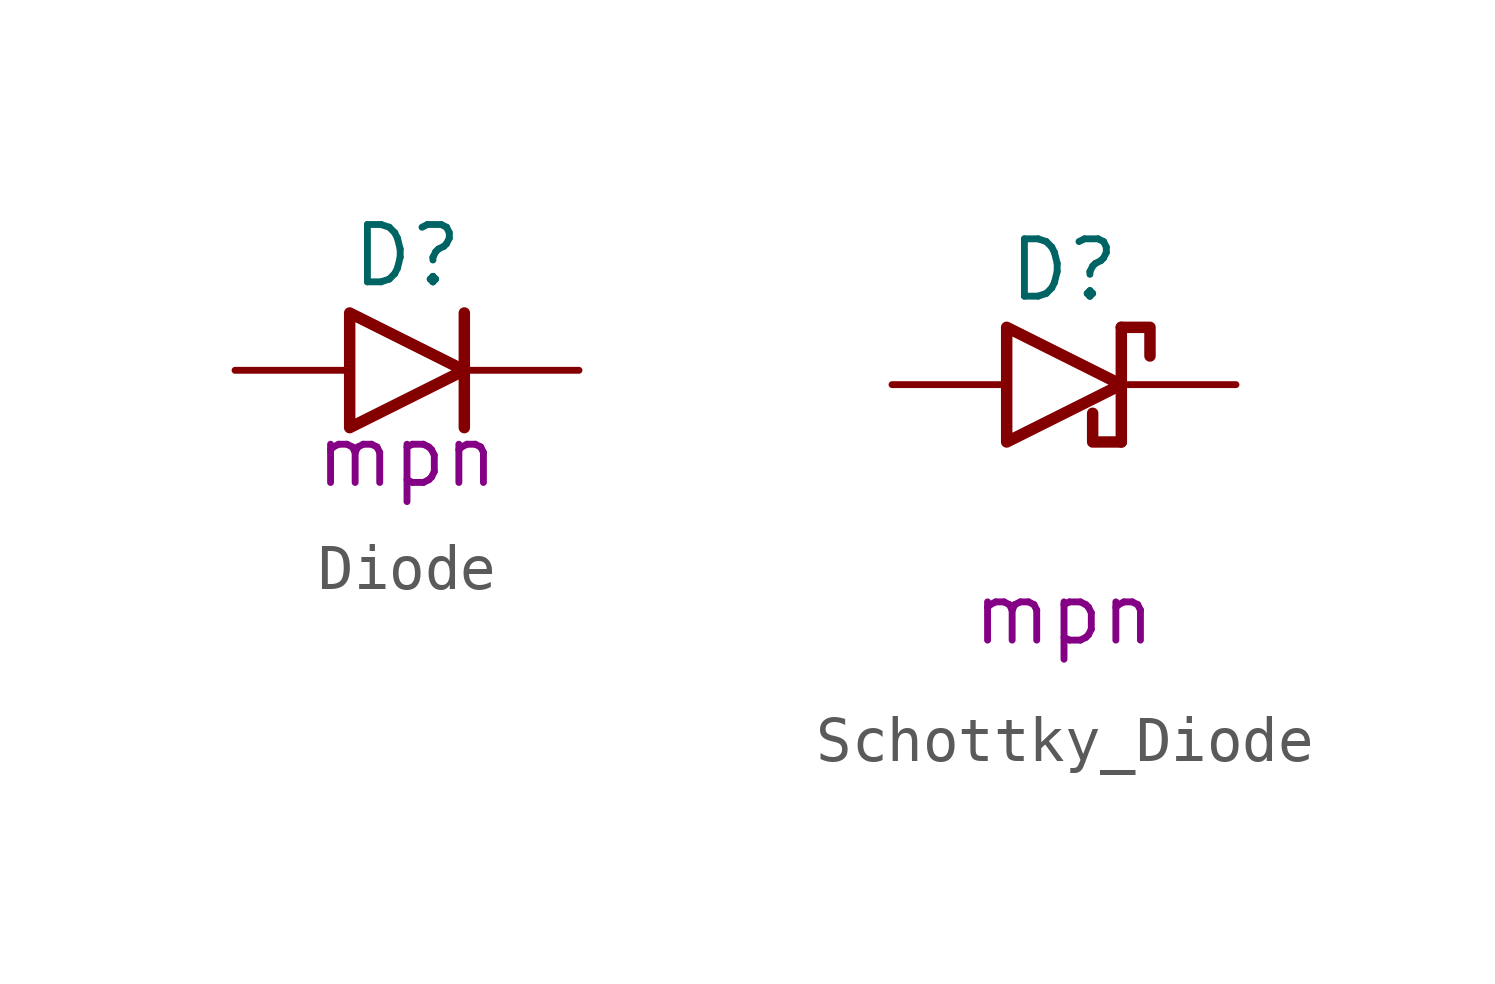
<source format=kicad_sym>
(kicad_symbol_lib
  (version 20211014)
  (generator kicad_symbol_editor)
  (symbol "Diode"
    (pin_numbers hide)
    (pin_names
      (offset 1.016) hide)
    (property "Reference" "D"
      (at 0 2.54 0)
      (effects (font (size 1.27 1.27))))
    (property "MPN" "mpn"
      (at 0 -1.905 0)
      (effects (font (size 1.27 1.27))))
    (symbol "Diode_1_1"
      (polyline (pts (xy 1.27 -1.27) (xy 1.27 1.27)) (stroke (width 0.254) (type default) (color 0 0 0 0)) (fill (type none)))
      (polyline (pts (xy -1.27 1.27) (xy 1.27 0) (xy -1.27 -1.27) (xy -1.27 1.27)) (stroke (width 0.254) (type default) (color 0 0 0 0)) (fill (type none)))
      (pin passive line (at -3.81 0 0) (length 2.54) (name "A" (effects (font (size 1.27 1.27)))) (number "A" (effects (font (size 1.27 1.27)))))
      (pin passive line (at 3.81 0 180) (length 2.54) (name "C" (effects (font (size 1.27 1.27)))) (number "C" (effects (font (size 1.27 1.27)))))))
  (symbol "Schottky_Diode"
    (pin_numbers hide)
    (pin_names
      (offset 1.016) hide)
    (property "Reference" "D"
      (at 0 2.54 0)
      (effects (font (size 1.27 1.27))))
    (property "MPN" "mpn"
      (at 0 -5.08 0)
      (effects (font (size 1.27 1.27))))
    (symbol "Schottky_Diode_0_1"
      (polyline (pts (xy 1.27 -1.27) (xy 0.635 -1.27) (xy 0.635 -0.635)) (stroke (width 0.254) (type default) (color 0 0 0 0)) (fill (type none)))
      (polyline (pts (xy 1.27 1.27) (xy 1.905 1.27) (xy 1.905 0.635)) (stroke (width 0.254) (type default) (color 0 0 0 0)) (fill (type none))))
    (symbol "Schottky_Diode_1_1"
      (polyline (pts (xy 1.27 -1.27) (xy 1.27 1.27)) (stroke (width 0.254) (type default) (color 0 0 0 0)) (fill (type none)))
      (polyline (pts (xy -1.27 1.27) (xy 1.27 0) (xy -1.27 -1.27) (xy -1.27 1.27)) (stroke (width 0.254) (type default) (color 0 0 0 0)) (fill (type none)))
      (pin passive line (at -3.81 0 0) (length 2.54) (name "A" (effects (font (size 1.27 1.27)))) (number "A" (effects (font (size 1.27 1.27)))))
      (pin passive line (at 3.81 0 180) (length 2.54) (name "C" (effects (font (size 1.27 1.27)))) (number "C" (effects (font (size 1.27 1.27))))))))
</source>
